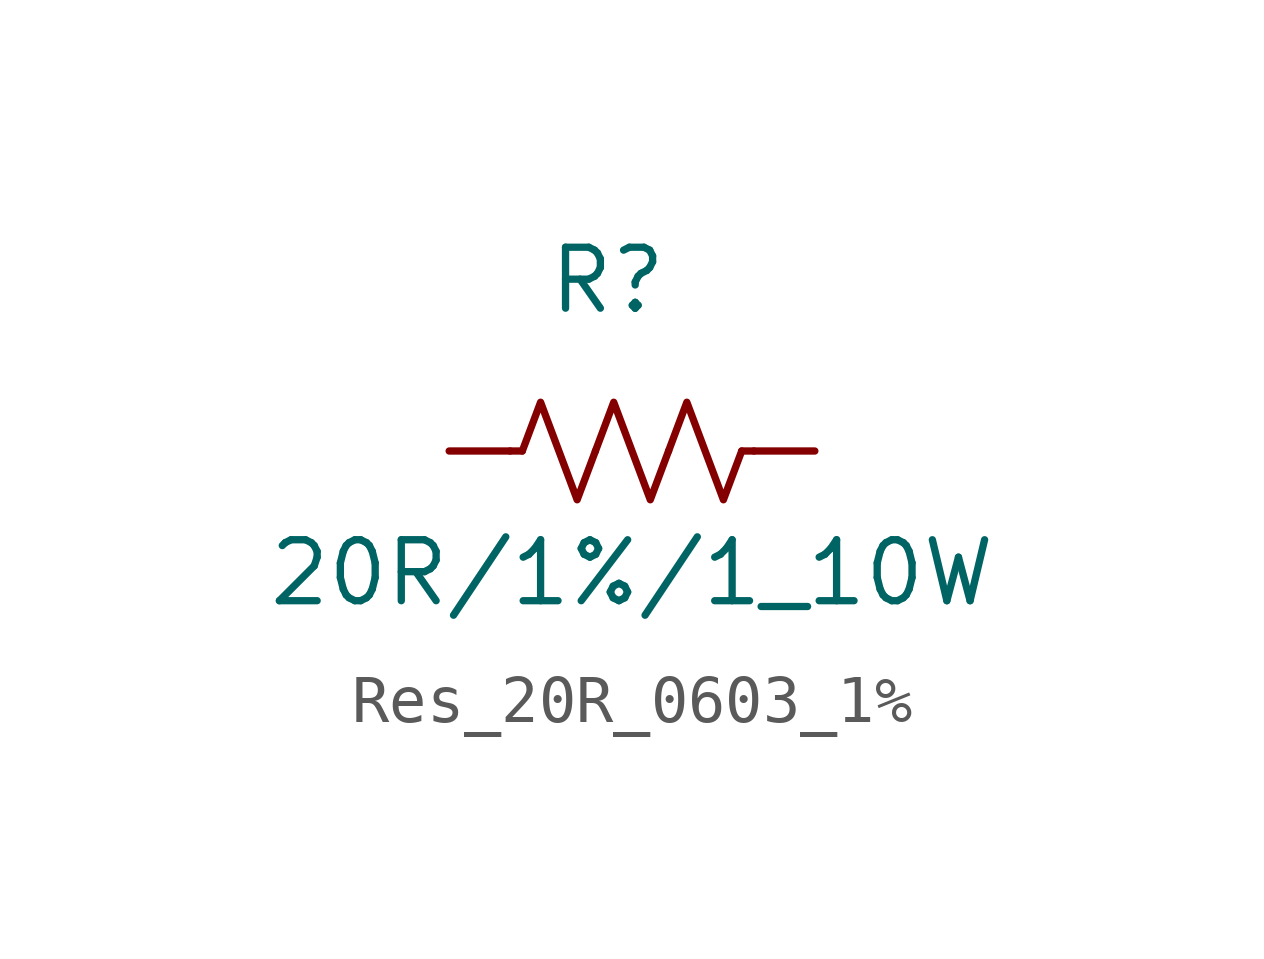
<source format=kicad_sym>
(kicad_symbol_lib
  (version 20231120)
  (generator "kicad_symbol_editor")
  (generator_version "8.0")
  (symbol "Res_20R_0603_1%"
    (pin_numbers hide)
    (pin_names hide)
    (property "Reference" "R"
      (at 3.302 3.556 0)
      (effects (font (size 1.27 1.27))))
    (property "Value" "20R/1%/1_10W"
      (at 3.81 -2.54 0)
      (effects (font (size 1.27 1.27))))
    (symbol "Res_20R_0603_1%_0_1"
      (polyline (pts (xy 1.524 0) (xy 1.27 0)) (stroke (width 0) (type default)) (fill (type none)))
      (polyline (pts (xy 6.096 0) (xy 6.35 0)) (stroke (width 0) (type default)) (fill (type none)))
      (polyline (pts (xy 1.524 0) (xy 1.905 1.016) (xy 2.286 0) (xy 2.667 -1.016) (xy 3.048 0)) (stroke (width 0) (type default)) (fill (type none)))
      (polyline (pts (xy 3.048 0) (xy 3.429 1.016) (xy 3.81 0) (xy 4.191 -1.016) (xy 4.572 0)) (stroke (width 0) (type default)) (fill (type none)))
      (polyline (pts (xy 4.572 0) (xy 4.953 1.016) (xy 5.334 0) (xy 5.715 -1.016) (xy 6.096 0)) (stroke (width 0) (type default)) (fill (type none))))
    (symbol "Res_20R_0603_1%_1_1"
      (pin passive line (at 0 0 0) (length 1.27) (name "~" (effects (font (size 1.27 1.27)))) (number "1" (effects (font (size 1.27 1.27)))))
      (pin passive line (at 7.62 0 180) (length 1.27) (name "~" (effects (font (size 1.27 1.27)))) (number "2" (effects (font (size 1.27 1.27))))))))
</source>
